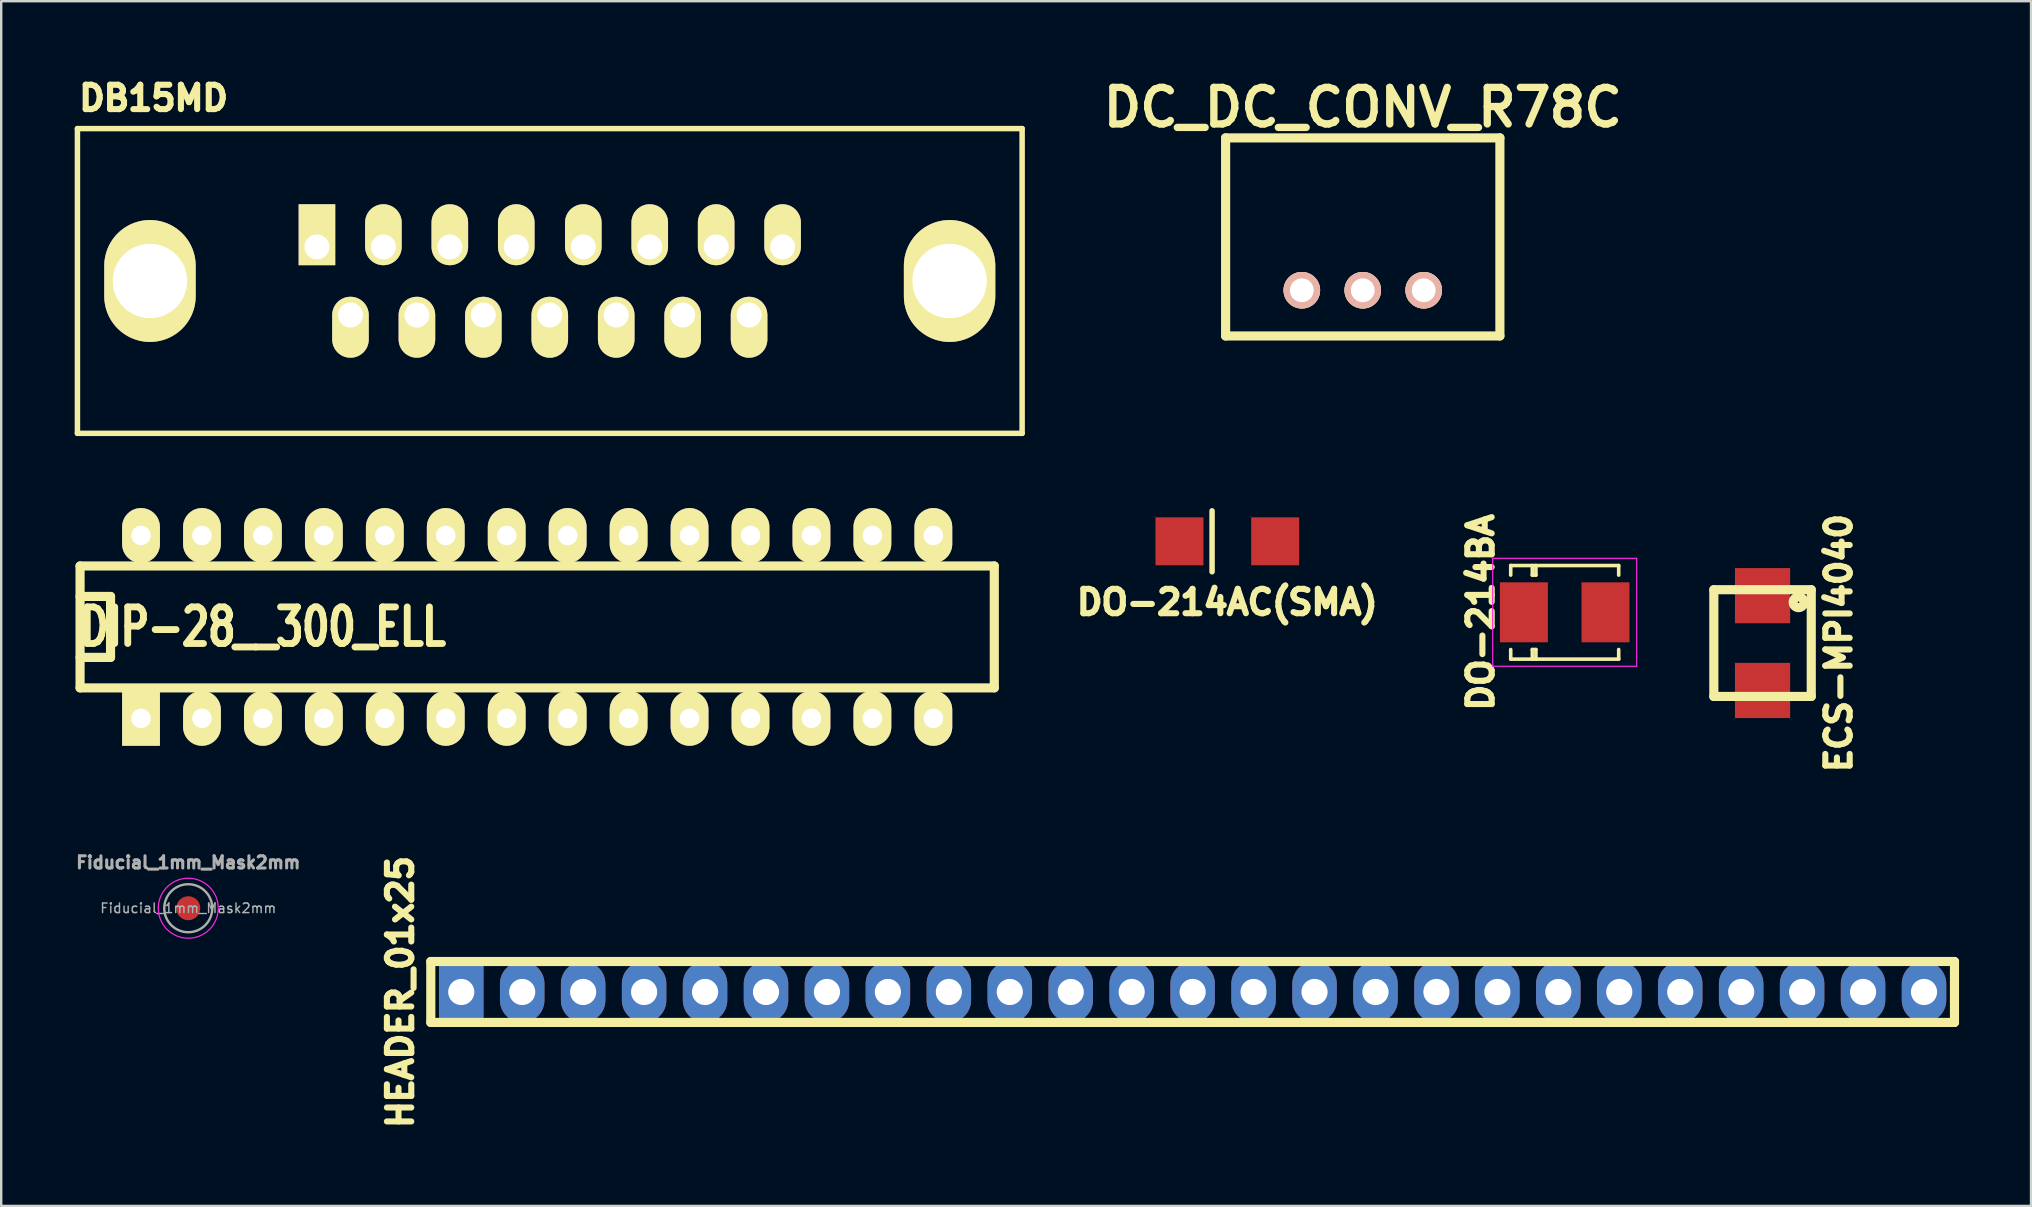
<source format=kicad_pcb>
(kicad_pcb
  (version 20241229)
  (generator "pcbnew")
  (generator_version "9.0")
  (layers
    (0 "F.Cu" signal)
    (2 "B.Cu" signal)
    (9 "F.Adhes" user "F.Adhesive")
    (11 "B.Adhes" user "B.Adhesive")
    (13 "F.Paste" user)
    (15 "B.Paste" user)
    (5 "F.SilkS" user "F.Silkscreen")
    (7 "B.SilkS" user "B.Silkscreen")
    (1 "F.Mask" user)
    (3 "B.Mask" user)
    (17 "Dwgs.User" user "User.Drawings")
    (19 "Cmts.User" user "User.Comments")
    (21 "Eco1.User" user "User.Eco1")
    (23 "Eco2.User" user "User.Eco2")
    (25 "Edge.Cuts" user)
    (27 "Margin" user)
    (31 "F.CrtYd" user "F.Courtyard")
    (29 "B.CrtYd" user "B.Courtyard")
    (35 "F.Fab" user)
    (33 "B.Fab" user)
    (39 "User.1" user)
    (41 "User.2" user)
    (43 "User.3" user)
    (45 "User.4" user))
  (footprint "DO-214AC(SMA)"
    (layer "F.Cu")
    (at 48.098 19.509)
    (property "Reference" "DO-214AC(SMA)" (at 0 2.54 0) (layer "F.SilkS") (effects (font (size 1.016 1.016) (thickness 0.254))))
    (attr through_hole)
    (fp_line (start -0.635 -1.27) (end -0.635 1.27) (stroke (width 0.229) (type solid)) (layer "F.SilkS"))
    (pad "1" smd rect (at -1.994 0) (size 1.999 1.999) (layers "F.Cu" "F.Mask" "F.Paste"))
    (pad "2" smd rect (at 1.994 0) (size 1.999 1.999) (layers "F.Cu" "F.Mask" "F.Paste")))
  (footprint "DO-214BA"
    (layer "F.Cu")
    (at 62.159 22.468)
    (property "Reference" "DO-214BA" (at -3.5 0 90) (layer "F.SilkS") (effects (font (size 1.016 1.016) (thickness 0.254))))
    (attr smd)
    (fp_line (start -2.25 -1.95) (end -2.25 -1.55) (stroke (width 0.15) (type solid)) (layer "F.SilkS"))
    (fp_line (start -2.25 -1.95) (end 2.25 -1.95) (stroke (width 0.15) (type solid)) (layer "F.SilkS"))
    (fp_line (start -2.25 1.95) (end -2.25 1.55) (stroke (width 0.15) (type solid)) (layer "F.SilkS"))
    (fp_line (start -1.35 -1.95) (end -1.35 -1.55) (stroke (width 0.15) (type solid)) (layer "F.SilkS"))
    (fp_line (start -1.35 -1.55) (end -1.2 -1.55) (stroke (width 0.15) (type solid)) (layer "F.SilkS"))
    (fp_line (start -1.35 1.55) (end -1.2 1.55) (stroke (width 0.15) (type solid)) (layer "F.SilkS"))
    (fp_line (start -1.35 1.95) (end -1.35 1.55) (stroke (width 0.15) (type solid)) (layer "F.SilkS"))
    (fp_line (start -1.2 -1.55) (end -1.2 -1.95) (stroke (width 0.15) (type solid)) (layer "F.SilkS"))
    (fp_line (start -1.2 1.55) (end -1.2 1.95) (stroke (width 0.15) (type solid)) (layer "F.SilkS"))
    (fp_line (start 2.25 -1.95) (end 2.25 -1.55) (stroke (width 0.15) (type solid)) (layer "F.SilkS"))
    (fp_line (start 2.25 1.95) (end -2.25 1.95) (stroke (width 0.15) (type solid)) (layer "F.SilkS"))
    (fp_line (start 2.25 1.95) (end 2.25 1.55) (stroke (width 0.15) (type solid)) (layer "F.SilkS"))
    (fp_line (start -3 -2.25) (end 3 -2.25) (stroke (width 0.05) (type solid)) (layer "F.CrtYd"))
    (fp_line (start -3 2.25) (end -3 -2.25) (stroke (width 0.05) (type solid)) (layer "F.CrtYd"))
    (fp_line (start 3 -2.25) (end 3 2.25) (stroke (width 0.05) (type solid)) (layer "F.CrtYd"))
    (fp_line (start 3 2.25) (end -3 2.25) (stroke (width 0.05) (type solid)) (layer "F.CrtYd"))
    (pad "1" smd rect (at -1.7 0) (size 2 2.5) (layers "F.Cu" "F.Mask" "F.Paste"))
    (pad "2" smd rect (at 1.7 0) (size 2 2.5) (layers "F.Cu" "F.Mask" "F.Paste")))
  (footprint "HEADER_01x25"
    (layer "F.Cu")
    (at 46.653 38.291)
    (property "Reference" "HEADER_01x25" (at -33.02 0 270) (layer "F.SilkS") (effects (font (size 1.016 1.016) (thickness 0.254))))
    (attr through_hole)
    (fp_line (start -31.75 -1.27) (end 31.75 -1.27) (stroke (width 0.381) (type solid)) (layer "F.SilkS"))
    (fp_line (start -31.75 1.27) (end -31.75 -1.27) (stroke (width 0.381) (type solid)) (layer "F.SilkS"))
    (fp_line (start 31.75 -1.27) (end 31.75 1.27) (stroke (width 0.381) (type solid)) (layer "F.SilkS"))
    (fp_line (start 31.75 1.27) (end -31.75 1.27) (stroke (width 0.381) (type solid)) (layer "F.SilkS"))
    (pad "1" thru_hole rect (at -30.48 0) (size 1.854 2.54) (drill 1.092) (layers "*.Cu" "*.Mask"))
    (pad "2" thru_hole oval (at -27.94 0) (size 1.854 2.54) (drill 1.092) (layers "*.Cu" "*.Mask"))
    (pad "3" thru_hole oval (at -25.4 0) (size 1.854 2.54) (drill 1.092) (layers "*.Cu" "*.Mask"))
    (pad "4" thru_hole oval (at -22.86 0) (size 1.854 2.54) (drill 1.092) (layers "*.Cu" "*.Mask"))
    (pad "5" thru_hole oval (at -20.32 0) (size 1.854 2.54) (drill 1.092) (layers "*.Cu" "*.Mask"))
    (pad "6" thru_hole oval (at -17.78 0) (size 1.854 2.54) (drill 1.092) (layers "*.Cu" "*.Mask"))
    (pad "7" thru_hole oval (at -15.24 0) (size 1.854 2.54) (drill 1.092) (layers "*.Cu" "*.Mask"))
    (pad "8" thru_hole oval (at -12.7 0) (size 1.854 2.54) (drill 1.092) (layers "*.Cu" "*.Mask"))
    (pad "9" thru_hole oval (at -10.16 0) (size 1.854 2.54) (drill 1.092) (layers "*.Cu" "*.Mask"))
    (pad "10" thru_hole oval (at -7.62 0) (size 1.854 2.54) (drill 1.092) (layers "*.Cu" "*.Mask"))
    (pad "11" thru_hole oval (at -5.08 0) (size 1.854 2.54) (drill 1.092) (layers "*.Cu" "*.Mask"))
    (pad "12" thru_hole oval (at -2.54 0) (size 1.854 2.54) (drill 1.092) (layers "*.Cu" "*.Mask"))
    (pad "13" thru_hole oval (at 0 0) (size 1.854 2.54) (drill 1.092) (layers "*.Cu" "*.Mask"))
    (pad "14" thru_hole oval (at 2.54 0) (size 1.854 2.54) (drill 1.092) (layers "*.Cu" "*.Mask"))
    (pad "15" thru_hole oval (at 5.08 0) (size 1.854 2.54) (drill 1.092) (layers "*.Cu" "*.Mask"))
    (pad "16" thru_hole oval (at 7.62 0) (size 1.854 2.54) (drill 1.092) (layers "*.Cu" "*.Mask"))
    (pad "17" thru_hole oval (at 10.16 0) (size 1.854 2.54) (drill 1.092) (layers "*.Cu" "*.Mask"))
    (pad "18" thru_hole oval (at 12.7 0) (size 1.854 2.54) (drill 1.092) (layers "*.Cu" "*.Mask"))
    (pad "19" thru_hole oval (at 15.24 0) (size 1.854 2.54) (drill 1.092) (layers "*.Cu" "*.Mask"))
    (pad "20" thru_hole oval (at 17.78 0) (size 1.854 2.54) (drill 1.092) (layers "*.Cu" "*.Mask"))
    (pad "21" thru_hole oval (at 20.32 0) (size 1.854 2.54) (drill 1.092) (layers "*.Cu" "*.Mask"))
    (pad "22" thru_hole oval (at 22.86 0) (size 1.854 2.54) (drill 1.092) (layers "*.Cu" "*.Mask"))
    (pad "23" thru_hole oval (at 25.4 0) (size 1.854 2.54) (drill 1.092) (layers "*.Cu" "*.Mask"))
    (pad "24" thru_hole oval (at 27.94 0) (size 1.854 2.54) (drill 1.092) (layers "*.Cu" "*.Mask"))
    (pad "25" thru_hole oval (at 30.48 0) (size 1.854 2.54) (drill 1.092) (layers "*.Cu" "*.Mask")))
  (footprint "DIP-28__300_ELL"
    (layer "F.Cu")
    (at 19.337 23.077)
    (property "Reference" "DIP-28__300_ELL" (at -11.43 0 0) (layer "F.SilkS") (effects (font (size 1.524 1.143) (thickness 0.287))))
    (attr through_hole)
    (fp_line (start -19.05 -2.54) (end 19.05 -2.54) (stroke (width 0.381) (type solid)) (layer "F.SilkS"))
    (fp_line (start -19.05 -1.27) (end -17.78 -1.27) (stroke (width 0.381) (type solid)) (layer "F.SilkS"))
    (fp_line (start -19.05 2.54) (end -19.05 -2.54) (stroke (width 0.381) (type solid)) (layer "F.SilkS"))
    (fp_line (start -17.78 -1.27) (end -17.78 1.27) (stroke (width 0.381) (type solid)) (layer "F.SilkS"))
    (fp_line (start -17.78 1.27) (end -19.05 1.27) (stroke (width 0.381) (type solid)) (layer "F.SilkS"))
    (fp_line (start 19.05 -2.54) (end 19.05 2.54) (stroke (width 0.381) (type solid)) (layer "F.SilkS"))
    (fp_line (start 19.05 2.54) (end -19.05 2.54) (stroke (width 0.381) (type solid)) (layer "F.SilkS"))
    (pad "1" thru_hole rect (at -16.51 3.81) (size 1.575 2.286) (drill 0.813) (layers "*.Cu" "*.Mask" "F.SilkS"))
    (pad "2" thru_hole oval (at -13.97 3.81) (size 1.575 2.286) (drill 0.813) (layers "*.Cu" "*.Mask" "F.SilkS"))
    (pad "3" thru_hole oval (at -11.43 3.81) (size 1.575 2.286) (drill 0.813) (layers "*.Cu" "*.Mask" "F.SilkS"))
    (pad "4" thru_hole oval (at -8.89 3.81) (size 1.575 2.286) (drill 0.813) (layers "*.Cu" "*.Mask" "F.SilkS"))
    (pad "5" thru_hole oval (at -6.35 3.81) (size 1.575 2.286) (drill 0.813) (layers "*.Cu" "*.Mask" "F.SilkS"))
    (pad "6" thru_hole oval (at -3.81 3.81) (size 1.575 2.286) (drill 0.813) (layers "*.Cu" "*.Mask" "F.SilkS"))
    (pad "7" thru_hole oval (at -1.27 3.81) (size 1.575 2.286) (drill 0.813) (layers "*.Cu" "*.Mask" "F.SilkS"))
    (pad "8" thru_hole oval (at 1.27 3.81) (size 1.575 2.286) (drill 0.813) (layers "*.Cu" "*.Mask" "F.SilkS"))
    (pad "9" thru_hole oval (at 3.81 3.81) (size 1.575 2.286) (drill 0.813) (layers "*.Cu" "*.Mask" "F.SilkS"))
    (pad "10" thru_hole oval (at 6.35 3.81) (size 1.575 2.286) (drill 0.813) (layers "*.Cu" "*.Mask" "F.SilkS"))
    (pad "11" thru_hole oval (at 8.89 3.81) (size 1.575 2.286) (drill 0.813) (layers "*.Cu" "*.Mask" "F.SilkS"))
    (pad "12" thru_hole oval (at 11.43 3.81) (size 1.575 2.286) (drill 0.813) (layers "*.Cu" "*.Mask" "F.SilkS"))
    (pad "13" thru_hole oval (at 13.97 3.81) (size 1.575 2.286) (drill 0.813) (layers "*.Cu" "*.Mask" "F.SilkS"))
    (pad "14" thru_hole oval (at 16.51 3.81) (size 1.575 2.286) (drill 0.813) (layers "*.Cu" "*.Mask" "F.SilkS"))
    (pad "15" thru_hole oval (at 16.51 -3.81) (size 1.575 2.286) (drill 0.813) (layers "*.Cu" "*.Mask" "F.SilkS"))
    (pad "16" thru_hole oval (at 13.97 -3.81) (size 1.575 2.286) (drill 0.813) (layers "*.Cu" "*.Mask" "F.SilkS"))
    (pad "17" thru_hole oval (at 11.43 -3.81) (size 1.575 2.286) (drill 0.813) (layers "*.Cu" "*.Mask" "F.SilkS"))
    (pad "18" thru_hole oval (at 8.89 -3.81) (size 1.575 2.286) (drill 0.813) (layers "*.Cu" "*.Mask" "F.SilkS"))
    (pad "19" thru_hole oval (at 6.35 -3.81) (size 1.575 2.286) (drill 0.813) (layers "*.Cu" "*.Mask" "F.SilkS"))
    (pad "20" thru_hole oval (at 3.81 -3.81) (size 1.575 2.286) (drill 0.813) (layers "*.Cu" "*.Mask" "F.SilkS"))
    (pad "21" thru_hole oval (at 1.27 -3.81) (size 1.575 2.286) (drill 0.813) (layers "*.Cu" "*.Mask" "F.SilkS"))
    (pad "22" thru_hole oval (at -1.27 -3.81) (size 1.575 2.286) (drill 0.813) (layers "*.Cu" "*.Mask" "F.SilkS"))
    (pad "23" thru_hole oval (at -3.81 -3.81) (size 1.575 2.286) (drill 0.813) (layers "*.Cu" "*.Mask" "F.SilkS"))
    (pad "24" thru_hole oval (at -6.35 -3.81) (size 1.575 2.286) (drill 0.813) (layers "*.Cu" "*.Mask" "F.SilkS"))
    (pad "25" thru_hole oval (at -8.89 -3.81) (size 1.575 2.286) (drill 0.813) (layers "*.Cu" "*.Mask" "F.SilkS"))
    (pad "26" thru_hole oval (at -11.43 -3.81) (size 1.575 2.286) (drill 0.813) (layers "*.Cu" "*.Mask" "F.SilkS"))
    (pad "27" thru_hole oval (at -13.97 -3.81) (size 1.575 2.286) (drill 0.813) (layers "*.Cu" "*.Mask" "F.SilkS"))
    (pad "28" thru_hole oval (at -16.51 -3.81) (size 1.575 2.286) (drill 0.813) (layers "*.Cu" "*.Mask" "F.SilkS")))
  (footprint "DC_DC_CONV_R78C"
    (layer "F.Cu")
    (at 53.743 9.046)
    (property "Reference" "DC_DC_CONV_R78C" (at 0 -7.62 0) (layer "F.SilkS") (effects (font (size 1.524 1.524) (thickness 0.305))))
    (attr through_hole)
    (fp_line (start -5.715 -6.35) (end -5.715 1.905) (stroke (width 0.381) (type solid)) (layer "F.SilkS"))
    (fp_line (start -5.715 1.905) (end 5.715 1.905) (stroke (width 0.381) (type solid)) (layer "F.SilkS"))
    (fp_line (start 5.715 -6.35) (end -5.715 -6.35) (stroke (width 0.381) (type solid)) (layer "F.SilkS"))
    (fp_line (start 5.715 1.905) (end 5.715 -6.35) (stroke (width 0.381) (type solid)) (layer "F.SilkS"))
    (pad "1" thru_hole circle (at -2.54 0) (size 1.524 1.524) (drill 0.991) (layers "*.Cu" "*.SilkS" "*.Mask"))
    (pad "2" thru_hole circle (at 0 0) (size 1.524 1.524) (drill 0.991) (layers "*.Cu" "*.SilkS" "*.Mask"))
    (pad "3" thru_hole circle (at 2.54 0) (size 1.524 1.524) (drill 0.991) (layers "*.Cu" "*.SilkS" "*.Mask")))
  (footprint "DB15MD"
    (layer "F.Cu")
    (at 19.862 8.66)
    (property "Reference" "DB15MD" (at -16.51 -7.62 0) (layer "F.SilkS") (effects (font (size 1.016 1.016) (thickness 0.254))))
    (attr through_hole)
    (fp_line (start -19.685 -6.35) (end -19.685 6.35) (stroke (width 0.229) (type solid)) (layer "F.SilkS"))
    (fp_line (start -19.685 6.35) (end 19.685 6.35) (stroke (width 0.229) (type solid)) (layer "F.SilkS"))
    (fp_line (start 19.685 -6.35) (end -19.685 -6.35) (stroke (width 0.229) (type solid)) (layer "F.SilkS"))
    (fp_line (start 19.685 6.35) (end 19.685 -6.35) (stroke (width 0.229) (type solid)) (layer "F.SilkS"))
    (pad "" thru_hole oval (at -16.662 0) (size 3.81 5.08) (drill 3.099) (layers "*.Cu" "*.Mask" "F.SilkS"))
    (pad "" thru_hole oval (at 16.662 0) (size 3.81 5.08) (drill 3.099) (layers "*.Cu" "*.Mask" "F.SilkS"))
    (pad "1" thru_hole rect (at -9.703 -1.42) (size 1.524 2.54) (drill 1.041 (offset 0 -0.508)) (layers "*.Cu" "*.Mask" "F.SilkS"))
    (pad "2" thru_hole oval (at -6.934 -1.42) (size 1.524 2.54) (drill 1.041 (offset 0 -0.508)) (layers "*.Cu" "*.Mask" "F.SilkS"))
    (pad "3" thru_hole oval (at -4.166 -1.42) (size 1.524 2.54) (drill 1.041 (offset 0 -0.508)) (layers "*.Cu" "*.Mask" "F.SilkS"))
    (pad "4" thru_hole oval (at -1.397 -1.42) (size 1.524 2.54) (drill 1.041 (offset 0 -0.508)) (layers "*.Cu" "*.Mask" "F.SilkS"))
    (pad "5" thru_hole oval (at 1.397 -1.42) (size 1.524 2.54) (drill 1.041 (offset 0 -0.508)) (layers "*.Cu" "*.Mask" "F.SilkS"))
    (pad "6" thru_hole oval (at 4.166 -1.42) (size 1.524 2.54) (drill 1.041 (offset 0 -0.508)) (layers "*.Cu" "*.Mask" "F.SilkS"))
    (pad "7" thru_hole oval (at 6.934 -1.42) (size 1.524 2.54) (drill 1.041 (offset 0 -0.508)) (layers "*.Cu" "*.Mask" "F.SilkS"))
    (pad "8" thru_hole oval (at 9.703 -1.42) (size 1.524 2.54) (drill 1.041 (offset 0 -0.508)) (layers "*.Cu" "*.Mask" "F.SilkS"))
    (pad "9" thru_hole oval (at -8.306 1.42) (size 1.524 2.54) (drill 1.041 (offset 0 0.508)) (layers "*.Cu" "*.Mask" "F.SilkS"))
    (pad "10" thru_hole oval (at -5.537 1.42) (size 1.524 2.54) (drill 1.041 (offset 0 0.508)) (layers "*.Cu" "*.Mask" "F.SilkS"))
    (pad "11" thru_hole oval (at -2.769 1.42) (size 1.524 2.54) (drill 1.041 (offset 0 0.508)) (layers "*.Cu" "*.Mask" "F.SilkS"))
    (pad "12" thru_hole oval (at 0 1.42) (size 1.524 2.54) (drill 1.041 (offset 0 0.508)) (layers "*.Cu" "*.Mask" "F.SilkS"))
    (pad "13" thru_hole oval (at 2.769 1.42) (size 1.524 2.54) (drill 1.041 (offset 0 0.508)) (layers "*.Cu" "*.Mask" "F.SilkS"))
    (pad "14" thru_hole oval (at 5.537 1.42) (size 1.524 2.54) (drill 1.041 (offset 0 0.508)) (layers "*.Cu" "*.Mask" "F.SilkS"))
    (pad "15" thru_hole oval (at 8.306 1.42) (size 1.524 2.54) (drill 1.041 (offset 0 0.508)) (layers "*.Cu" "*.Mask" "F.SilkS")))
  (footprint "Fiducial_1mm_Mask2mm"
    (layer "F.Cu")
    (at 4.796 34.8)
    (property "Reference" "Fiducial_1mm_Mask2mm" (at 0 -1.905 0) (layer "F.Fab") (effects (font (size 0.508 0.508) (thickness 0.127))))
    (attr smd)
    (fp_circle (center 0 0) (end 1.25 0) (stroke (width 0.05) (type solid)) (fill no) (layer "F.CrtYd"))
    (fp_circle (center 0 0) (end 1 0) (stroke (width 0.1) (type solid)) (fill no) (layer "F.Fab"))
    (fp_text user "${REFERENCE}" (at 0 0 0) (layer "F.Fab") (effects (font (size 0.4 0.4) (thickness 0.06))))
    (pad "" smd circle (at 0 0) (size 1 1) (layers "F.Cu" "F.Mask")))
  (footprint "ECS-MPI4040"
    (layer "F.Cu")
    (at 70.404 23.75)
    (property "Reference" "ECS-MPI4040" (at 3.175 0 90) (layer "F.SilkS") (effects (font (size 1.016 1.016) (thickness 0.254))))
    (attr through_hole)
    (fp_line (start -2.03 -2.225) (end -2.03 2.225) (stroke (width 0.381) (type solid)) (layer "F.SilkS"))
    (fp_line (start -2.03 -2.225) (end 2.03 -2.225) (stroke (width 0.381) (type solid)) (layer "F.SilkS"))
    (fp_line (start -2.03 2.225) (end 2.03 2.225) (stroke (width 0.381) (type solid)) (layer "F.SilkS"))
    (fp_line (start 2.03 -2.225) (end 2.03 2.225) (stroke (width 0.381) (type solid)) (layer "F.SilkS"))
    (fp_circle (center 1.5 -1.7) (end 1.7 -1.8) (stroke (width 0.381) (type solid)) (fill no) (layer "F.SilkS"))
    (pad "1" smd rect (at 0 -1.975) (size 2.3 2.3) (layers "F.Cu" "F.Mask" "F.Paste"))
    (pad "2" smd rect (at 0 1.975) (size 2.3 2.3) (layers "F.Cu" "F.Mask" "F.Paste")))
  (gr_rect
    (start -3 -3)
    (end 81.593 47.207)
    (stroke (width 0.1) (type default))
    (fill no)
    (layer "Edge.Cuts")))
</source>
